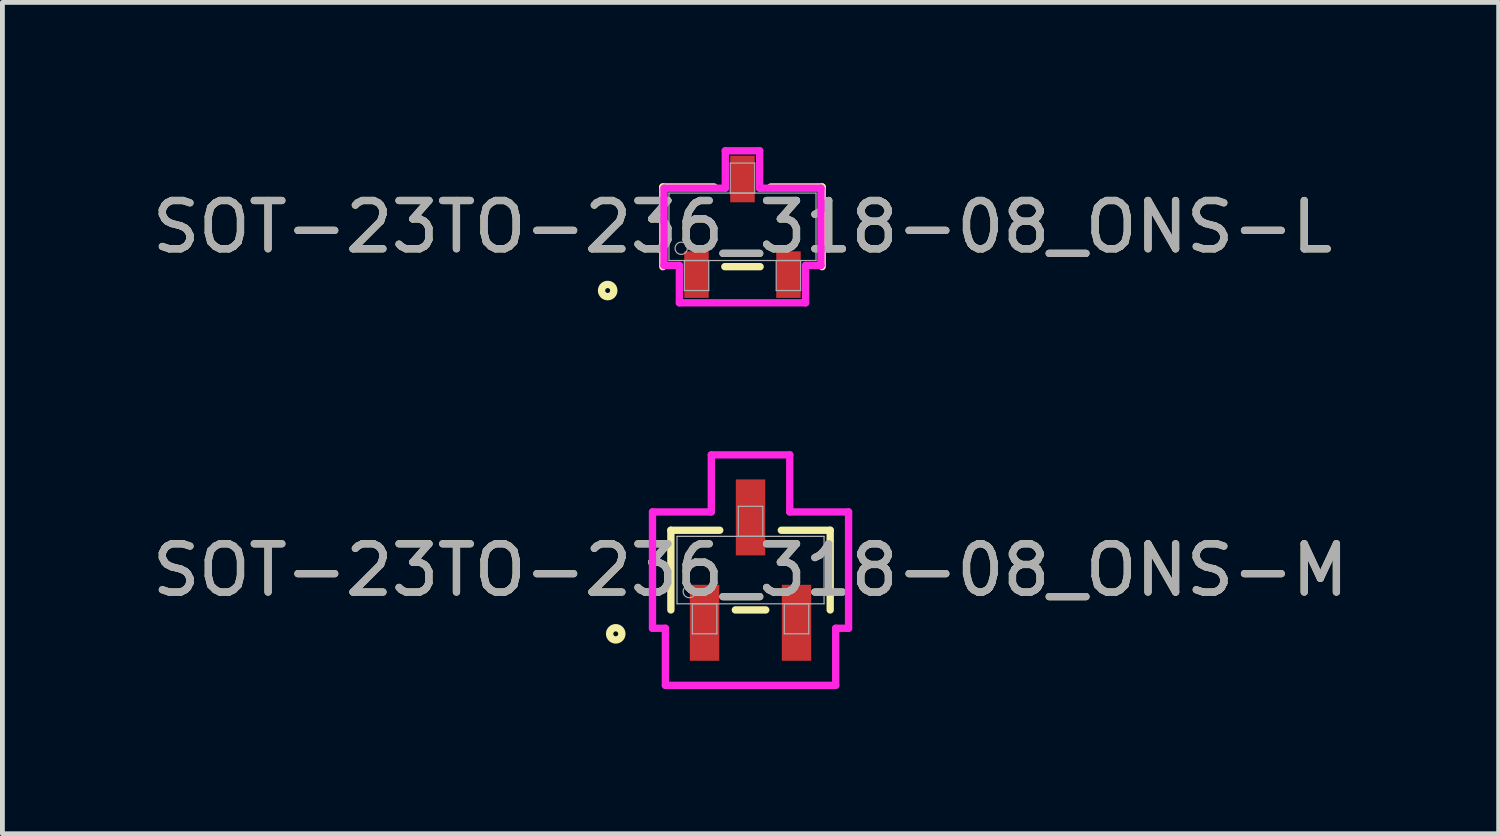
<source format=kicad_pcb>
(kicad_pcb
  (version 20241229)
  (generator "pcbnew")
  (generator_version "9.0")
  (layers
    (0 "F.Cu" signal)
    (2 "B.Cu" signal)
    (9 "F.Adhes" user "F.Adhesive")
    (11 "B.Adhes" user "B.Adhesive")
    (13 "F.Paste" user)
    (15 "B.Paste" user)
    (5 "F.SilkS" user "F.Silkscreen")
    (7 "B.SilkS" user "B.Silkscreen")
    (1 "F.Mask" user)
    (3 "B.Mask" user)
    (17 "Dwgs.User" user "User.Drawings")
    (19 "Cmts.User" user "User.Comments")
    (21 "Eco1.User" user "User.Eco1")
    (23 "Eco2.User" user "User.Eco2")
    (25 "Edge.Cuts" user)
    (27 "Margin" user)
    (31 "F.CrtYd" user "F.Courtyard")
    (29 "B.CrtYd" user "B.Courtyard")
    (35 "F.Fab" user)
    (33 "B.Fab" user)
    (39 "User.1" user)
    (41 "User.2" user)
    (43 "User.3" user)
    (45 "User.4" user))
  (footprint "SOT-23TO-236_318-08_ONS-M"
    (layer "F.Cu")
    (at 12.506 8.766)
    (property "Reference" "SOT-23TO-236_318-08_ONS-M" (at 0 0 0) (unlocked yes) (layer "F.SilkS") (effects (font (size 1 1) (thickness 0.15))))
    (attr smd)
    (fp_line (start -1.651 -0.826) (end -1.651 0.826) (stroke (width 0.152) (type solid)) (layer "F.SilkS"))
    (fp_line (start -0.638 -0.826) (end -1.651 -0.826) (stroke (width 0.152) (type solid)) (layer "F.SilkS"))
    (fp_line (start -0.315 0.826) (end 0.315 0.826) (stroke (width 0.152) (type solid)) (layer "F.SilkS"))
    (fp_line (start 1.651 -0.826) (end 0.638 -0.826) (stroke (width 0.152) (type solid)) (layer "F.SilkS"))
    (fp_line (start 1.651 0.826) (end 1.651 -0.826) (stroke (width 0.152) (type solid)) (layer "F.SilkS"))
    (fp_circle (center -2.794 1.321) (end -2.667 1.321) (stroke (width 0.152) (type solid)) (fill no) (layer "F.SilkS"))
    (fp_line (start -2.032 -1.206) (end -0.813 -1.206) (stroke (width 0.152) (type solid)) (layer "F.CrtYd"))
    (fp_line (start -2.032 1.206) (end -2.032 -1.206) (stroke (width 0.152) (type solid)) (layer "F.CrtYd"))
    (fp_line (start -2.032 1.206) (end -1.765 1.206) (stroke (width 0.152) (type solid)) (layer "F.CrtYd"))
    (fp_line (start -1.765 1.206) (end -1.765 2.388) (stroke (width 0.152) (type solid)) (layer "F.CrtYd"))
    (fp_line (start -1.765 2.388) (end 1.765 2.388) (stroke (width 0.152) (type solid)) (layer "F.CrtYd"))
    (fp_line (start -0.813 -2.388) (end 0.813 -2.388) (stroke (width 0.152) (type solid)) (layer "F.CrtYd"))
    (fp_line (start -0.813 -1.206) (end -0.813 -2.388) (stroke (width 0.152) (type solid)) (layer "F.CrtYd"))
    (fp_line (start 0.813 -1.206) (end 0.813 -2.388) (stroke (width 0.152) (type solid)) (layer "F.CrtYd"))
    (fp_line (start 1.765 1.206) (end 1.765 2.388) (stroke (width 0.152) (type solid)) (layer "F.CrtYd"))
    (fp_line (start 2.032 -1.206) (end 0.813 -1.206) (stroke (width 0.152) (type solid)) (layer "F.CrtYd"))
    (fp_line (start 2.032 -1.206) (end 2.032 1.206) (stroke (width 0.152) (type solid)) (layer "F.CrtYd"))
    (fp_line (start 2.032 1.206) (end 1.765 1.206) (stroke (width 0.152) (type solid)) (layer "F.CrtYd"))
    (fp_line (start -1.524 -0.699) (end -1.524 0.699) (stroke (width 0.025) (type solid)) (layer "F.Fab"))
    (fp_line (start -1.524 0.699) (end 1.524 0.699) (stroke (width 0.025) (type solid)) (layer "F.Fab"))
    (fp_line (start -1.206 0.699) (end -1.206 1.321) (stroke (width 0.025) (type solid)) (layer "F.Fab"))
    (fp_line (start -1.206 1.321) (end -0.699 1.321) (stroke (width 0.025) (type solid)) (layer "F.Fab"))
    (fp_line (start -0.699 0.699) (end -1.206 0.699) (stroke (width 0.025) (type solid)) (layer "F.Fab"))
    (fp_line (start -0.699 1.321) (end -0.699 0.699) (stroke (width 0.025) (type solid)) (layer "F.Fab"))
    (fp_line (start -0.254 -1.321) (end -0.254 -0.699) (stroke (width 0.025) (type solid)) (layer "F.Fab"))
    (fp_line (start -0.254 -0.699) (end 0.254 -0.699) (stroke (width 0.025) (type solid)) (layer "F.Fab"))
    (fp_line (start 0.254 -1.321) (end -0.254 -1.321) (stroke (width 0.025) (type solid)) (layer "F.Fab"))
    (fp_line (start 0.254 -0.699) (end 0.254 -1.321) (stroke (width 0.025) (type solid)) (layer "F.Fab"))
    (fp_line (start 0.699 0.699) (end 0.699 1.321) (stroke (width 0.025) (type solid)) (layer "F.Fab"))
    (fp_line (start 0.699 1.321) (end 1.206 1.321) (stroke (width 0.025) (type solid)) (layer "F.Fab"))
    (fp_line (start 1.206 0.699) (end 0.699 0.699) (stroke (width 0.025) (type solid)) (layer "F.Fab"))
    (fp_line (start 1.206 1.321) (end 1.206 0.699) (stroke (width 0.025) (type solid)) (layer "F.Fab"))
    (fp_line (start 1.524 -0.699) (end -1.524 -0.699) (stroke (width 0.025) (type solid)) (layer "F.Fab"))
    (fp_line (start 1.524 0.699) (end 1.524 -0.699) (stroke (width 0.025) (type solid)) (layer "F.Fab"))
    (fp_circle (center -1.27 0.445) (end -1.143 0.445) (stroke (width 0.025) (type solid)) (fill no) (layer "F.Fab"))
    (fp_text user "${REFERENCE}" (at 0 0 0) (unlocked yes) (layer "F.Fab") (effects (font (size 1 1) (thickness 0.15))))
    (pad "1" smd rect (at -0.953 1.092) (size 0.61 1.575) (layers "F.Cu" "F.Mask" "F.Paste"))
    (pad "2" smd rect (at 0.953 1.092) (size 0.61 1.575) (layers "F.Cu" "F.Mask" "F.Paste"))
    (pad "3" smd rect (at 0 -1.092) (size 0.61 1.575) (layers "F.Cu" "F.Mask" "F.Paste")))
  (footprint "SOT-23TO-236_318-08_ONS-L"
    (layer "F.Cu")
    (at 12.339 1.651)
    (property "Reference" "SOT-23TO-236_318-08_ONS-L" (at 0 0 0) (unlocked yes) (layer "F.SilkS") (effects (font (size 1 1) (thickness 0.15))))
    (attr smd)
    (fp_line (start -1.651 -0.826) (end -1.651 0.826) (stroke (width 0.152) (type solid)) (layer "F.SilkS"))
    (fp_line (start -0.587 -0.826) (end -1.651 -0.826) (stroke (width 0.152) (type solid)) (layer "F.SilkS"))
    (fp_line (start -0.366 0.826) (end 0.366 0.826) (stroke (width 0.152) (type solid)) (layer "F.SilkS"))
    (fp_line (start 1.651 -0.826) (end 0.587 -0.826) (stroke (width 0.152) (type solid)) (layer "F.SilkS"))
    (fp_line (start 1.651 0.826) (end 1.651 -0.826) (stroke (width 0.152) (type solid)) (layer "F.SilkS"))
    (fp_circle (center -2.794 1.321) (end -2.667 1.321) (stroke (width 0.152) (type solid)) (fill no) (layer "F.SilkS"))
    (fp_line (start -1.626 -0.8) (end -0.356 -0.8) (stroke (width 0.152) (type solid)) (layer "F.CrtYd"))
    (fp_line (start -1.626 0.8) (end -1.626 -0.8) (stroke (width 0.152) (type solid)) (layer "F.CrtYd"))
    (fp_line (start -1.626 0.8) (end -1.308 0.8) (stroke (width 0.152) (type solid)) (layer "F.CrtYd"))
    (fp_line (start -1.308 0.8) (end -1.308 1.575) (stroke (width 0.152) (type solid)) (layer "F.CrtYd"))
    (fp_line (start -1.308 1.575) (end 1.308 1.575) (stroke (width 0.152) (type solid)) (layer "F.CrtYd"))
    (fp_line (start -0.356 -1.575) (end 0.356 -1.575) (stroke (width 0.152) (type solid)) (layer "F.CrtYd"))
    (fp_line (start -0.356 -0.8) (end -0.356 -1.575) (stroke (width 0.152) (type solid)) (layer "F.CrtYd"))
    (fp_line (start 0.356 -0.8) (end 0.356 -1.575) (stroke (width 0.152) (type solid)) (layer "F.CrtYd"))
    (fp_line (start 1.308 0.8) (end 1.308 1.575) (stroke (width 0.152) (type solid)) (layer "F.CrtYd"))
    (fp_line (start 1.626 -0.8) (end 0.356 -0.8) (stroke (width 0.152) (type solid)) (layer "F.CrtYd"))
    (fp_line (start 1.626 -0.8) (end 1.626 0.8) (stroke (width 0.152) (type solid)) (layer "F.CrtYd"))
    (fp_line (start 1.626 0.8) (end 1.308 0.8) (stroke (width 0.152) (type solid)) (layer "F.CrtYd"))
    (fp_line (start -1.524 -0.699) (end -1.524 0.699) (stroke (width 0.025) (type solid)) (layer "F.Fab"))
    (fp_line (start -1.524 0.699) (end 1.524 0.699) (stroke (width 0.025) (type solid)) (layer "F.Fab"))
    (fp_line (start -1.206 0.699) (end -1.206 1.321) (stroke (width 0.025) (type solid)) (layer "F.Fab"))
    (fp_line (start -1.206 1.321) (end -0.699 1.321) (stroke (width 0.025) (type solid)) (layer "F.Fab"))
    (fp_line (start -0.699 0.699) (end -1.206 0.699) (stroke (width 0.025) (type solid)) (layer "F.Fab"))
    (fp_line (start -0.699 1.321) (end -0.699 0.699) (stroke (width 0.025) (type solid)) (layer "F.Fab"))
    (fp_line (start -0.254 -1.321) (end -0.254 -0.699) (stroke (width 0.025) (type solid)) (layer "F.Fab"))
    (fp_line (start -0.254 -0.699) (end 0.254 -0.699) (stroke (width 0.025) (type solid)) (layer "F.Fab"))
    (fp_line (start 0.254 -1.321) (end -0.254 -1.321) (stroke (width 0.025) (type solid)) (layer "F.Fab"))
    (fp_line (start 0.254 -0.699) (end 0.254 -1.321) (stroke (width 0.025) (type solid)) (layer "F.Fab"))
    (fp_line (start 0.699 0.699) (end 0.699 1.321) (stroke (width 0.025) (type solid)) (layer "F.Fab"))
    (fp_line (start 0.699 1.321) (end 1.206 1.321) (stroke (width 0.025) (type solid)) (layer "F.Fab"))
    (fp_line (start 1.206 0.699) (end 0.699 0.699) (stroke (width 0.025) (type solid)) (layer "F.Fab"))
    (fp_line (start 1.206 1.321) (end 1.206 0.699) (stroke (width 0.025) (type solid)) (layer "F.Fab"))
    (fp_line (start 1.524 -0.699) (end -1.524 -0.699) (stroke (width 0.025) (type solid)) (layer "F.Fab"))
    (fp_line (start 1.524 0.699) (end 1.524 -0.699) (stroke (width 0.025) (type solid)) (layer "F.Fab"))
    (fp_circle (center -1.27 0.445) (end -1.143 0.445) (stroke (width 0.025) (type solid)) (fill no) (layer "F.Fab"))
    (fp_text user "${REFERENCE}" (at 0 0 0) (unlocked yes) (layer "F.Fab") (effects (font (size 1 1) (thickness 0.15))))
    (pad "1" smd rect (at -0.953 0.991) (size 0.508 0.965) (layers "F.Cu" "F.Mask" "F.Paste"))
    (pad "2" smd rect (at 0.953 0.991) (size 0.508 0.965) (layers "F.Cu" "F.Mask" "F.Paste"))
    (pad "3" smd rect (at 0 -0.991) (size 0.508 0.965) (layers "F.Cu" "F.Mask" "F.Paste")))
  (gr_rect
    (start -3 -3)
    (end 28.012 14.23)
    (stroke (width 0.1) (type default))
    (fill no)
    (layer "Edge.Cuts")))
</source>
